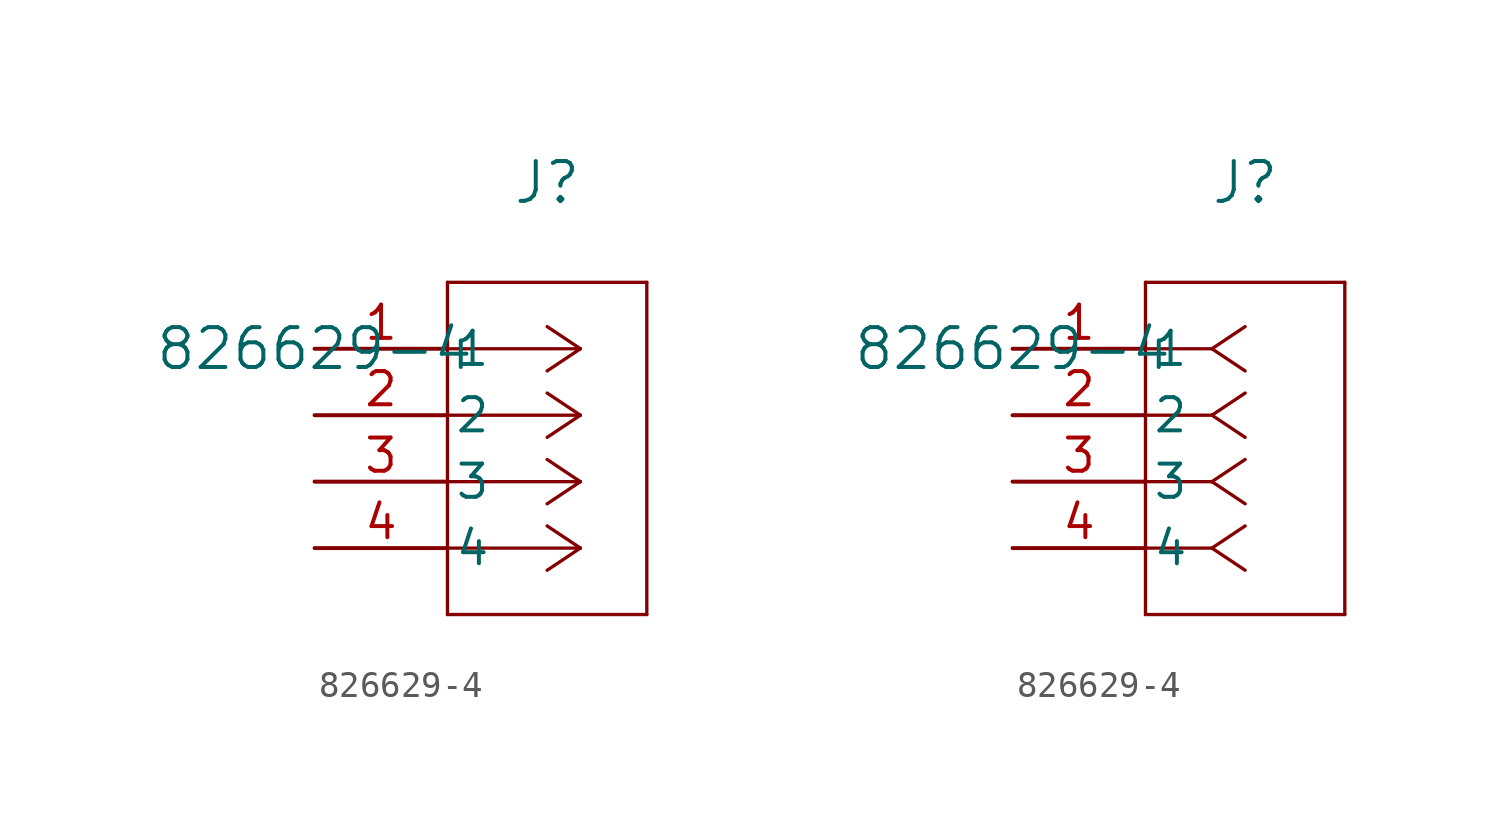
<source format=kicad_sym>
(kicad_symbol_lib
  (version 20220914)
  (generator kicad_symbol_editor)
  (symbol "826629-4"
    (pin_names
      (offset 0.254))
    (property "Reference" "J"
      (at 8.89 6.35 0)
      (effects (font (size 1.524 1.524))))
    (property "Value" "826629-4"
      (at 0 0 0)
      (effects (font (size 1.524 1.524))))
    (property "ki_locked" ""
      (at 0 0 0)
      (effects (font (size 1.27 1.27))))
    (symbol "826629-4_1_1"
      (polyline (pts (xy 5.08 -10.16) (xy 12.7 -10.16)) (stroke (width 0.127) (type default)) (fill (type none)))
      (polyline (pts (xy 5.08 2.54) (xy 5.08 -10.16)) (stroke (width 0.127) (type default)) (fill (type none)))
      (polyline (pts (xy 10.16 -7.62) (xy 5.08 -7.62)) (stroke (width 0.127) (type default)) (fill (type none)))
      (polyline (pts (xy 10.16 -7.62) (xy 8.89 -8.467)) (stroke (width 0.127) (type default)) (fill (type none)))
      (polyline (pts (xy 10.16 -7.62) (xy 8.89 -6.773)) (stroke (width 0.127) (type default)) (fill (type none)))
      (polyline (pts (xy 10.16 -5.08) (xy 5.08 -5.08)) (stroke (width 0.127) (type default)) (fill (type none)))
      (polyline (pts (xy 10.16 -5.08) (xy 8.89 -5.927)) (stroke (width 0.127) (type default)) (fill (type none)))
      (polyline (pts (xy 10.16 -5.08) (xy 8.89 -4.233)) (stroke (width 0.127) (type default)) (fill (type none)))
      (polyline (pts (xy 10.16 -2.54) (xy 5.08 -2.54)) (stroke (width 0.127) (type default)) (fill (type none)))
      (polyline (pts (xy 10.16 -2.54) (xy 8.89 -3.387)) (stroke (width 0.127) (type default)) (fill (type none)))
      (polyline (pts (xy 10.16 -2.54) (xy 8.89 -1.693)) (stroke (width 0.127) (type default)) (fill (type none)))
      (polyline (pts (xy 10.16 0) (xy 5.08 0)) (stroke (width 0.127) (type default)) (fill (type none)))
      (polyline (pts (xy 10.16 0) (xy 8.89 -0.847)) (stroke (width 0.127) (type default)) (fill (type none)))
      (polyline (pts (xy 10.16 0) (xy 8.89 0.847)) (stroke (width 0.127) (type default)) (fill (type none)))
      (polyline (pts (xy 12.7 -10.16) (xy 12.7 2.54)) (stroke (width 0.127) (type default)) (fill (type none)))
      (polyline (pts (xy 12.7 2.54) (xy 5.08 2.54)) (stroke (width 0.127) (type default)) (fill (type none)))
      (pin unspecified line (at 0 0 0) (length 5.08) (name "1" (effects (font (size 1.27 1.27)))) (number "1" (effects (font (size 1.27 1.27)))))
      (pin unspecified line (at 0 -2.54 0) (length 5.08) (name "2" (effects (font (size 1.27 1.27)))) (number "2" (effects (font (size 1.27 1.27)))))
      (pin unspecified line (at 0 -5.08 0) (length 5.08) (name "3" (effects (font (size 1.27 1.27)))) (number "3" (effects (font (size 1.27 1.27)))))
      (pin unspecified line (at 0 -7.62 0) (length 5.08) (name "4" (effects (font (size 1.27 1.27)))) (number "4" (effects (font (size 1.27 1.27))))))
    (symbol "826629-4_1_2"
      (polyline (pts (xy 5.08 -10.16) (xy 12.7 -10.16)) (stroke (width 0.127) (type default)) (fill (type none)))
      (polyline (pts (xy 5.08 2.54) (xy 5.08 -10.16)) (stroke (width 0.127) (type default)) (fill (type none)))
      (polyline (pts (xy 7.62 -7.62) (xy 5.08 -7.62)) (stroke (width 0.127) (type default)) (fill (type none)))
      (polyline (pts (xy 7.62 -7.62) (xy 8.89 -8.467)) (stroke (width 0.127) (type default)) (fill (type none)))
      (polyline (pts (xy 7.62 -7.62) (xy 8.89 -6.773)) (stroke (width 0.127) (type default)) (fill (type none)))
      (polyline (pts (xy 7.62 -5.08) (xy 5.08 -5.08)) (stroke (width 0.127) (type default)) (fill (type none)))
      (polyline (pts (xy 7.62 -5.08) (xy 8.89 -5.927)) (stroke (width 0.127) (type default)) (fill (type none)))
      (polyline (pts (xy 7.62 -5.08) (xy 8.89 -4.233)) (stroke (width 0.127) (type default)) (fill (type none)))
      (polyline (pts (xy 7.62 -2.54) (xy 5.08 -2.54)) (stroke (width 0.127) (type default)) (fill (type none)))
      (polyline (pts (xy 7.62 -2.54) (xy 8.89 -3.387)) (stroke (width 0.127) (type default)) (fill (type none)))
      (polyline (pts (xy 7.62 -2.54) (xy 8.89 -1.693)) (stroke (width 0.127) (type default)) (fill (type none)))
      (polyline (pts (xy 7.62 0) (xy 5.08 0)) (stroke (width 0.127) (type default)) (fill (type none)))
      (polyline (pts (xy 7.62 0) (xy 8.89 -0.847)) (stroke (width 0.127) (type default)) (fill (type none)))
      (polyline (pts (xy 7.62 0) (xy 8.89 0.847)) (stroke (width 0.127) (type default)) (fill (type none)))
      (polyline (pts (xy 12.7 -10.16) (xy 12.7 2.54)) (stroke (width 0.127) (type default)) (fill (type none)))
      (polyline (pts (xy 12.7 2.54) (xy 5.08 2.54)) (stroke (width 0.127) (type default)) (fill (type none)))
      (pin unspecified line (at 0 0 0) (length 5.08) (name "1" (effects (font (size 1.27 1.27)))) (number "1" (effects (font (size 1.27 1.27)))))
      (pin unspecified line (at 0 -2.54 0) (length 5.08) (name "2" (effects (font (size 1.27 1.27)))) (number "2" (effects (font (size 1.27 1.27)))))
      (pin unspecified line (at 0 -5.08 0) (length 5.08) (name "3" (effects (font (size 1.27 1.27)))) (number "3" (effects (font (size 1.27 1.27)))))
      (pin unspecified line (at 0 -7.62 0) (length 5.08) (name "4" (effects (font (size 1.27 1.27)))) (number "4" (effects (font (size 1.27 1.27))))))))
</source>
